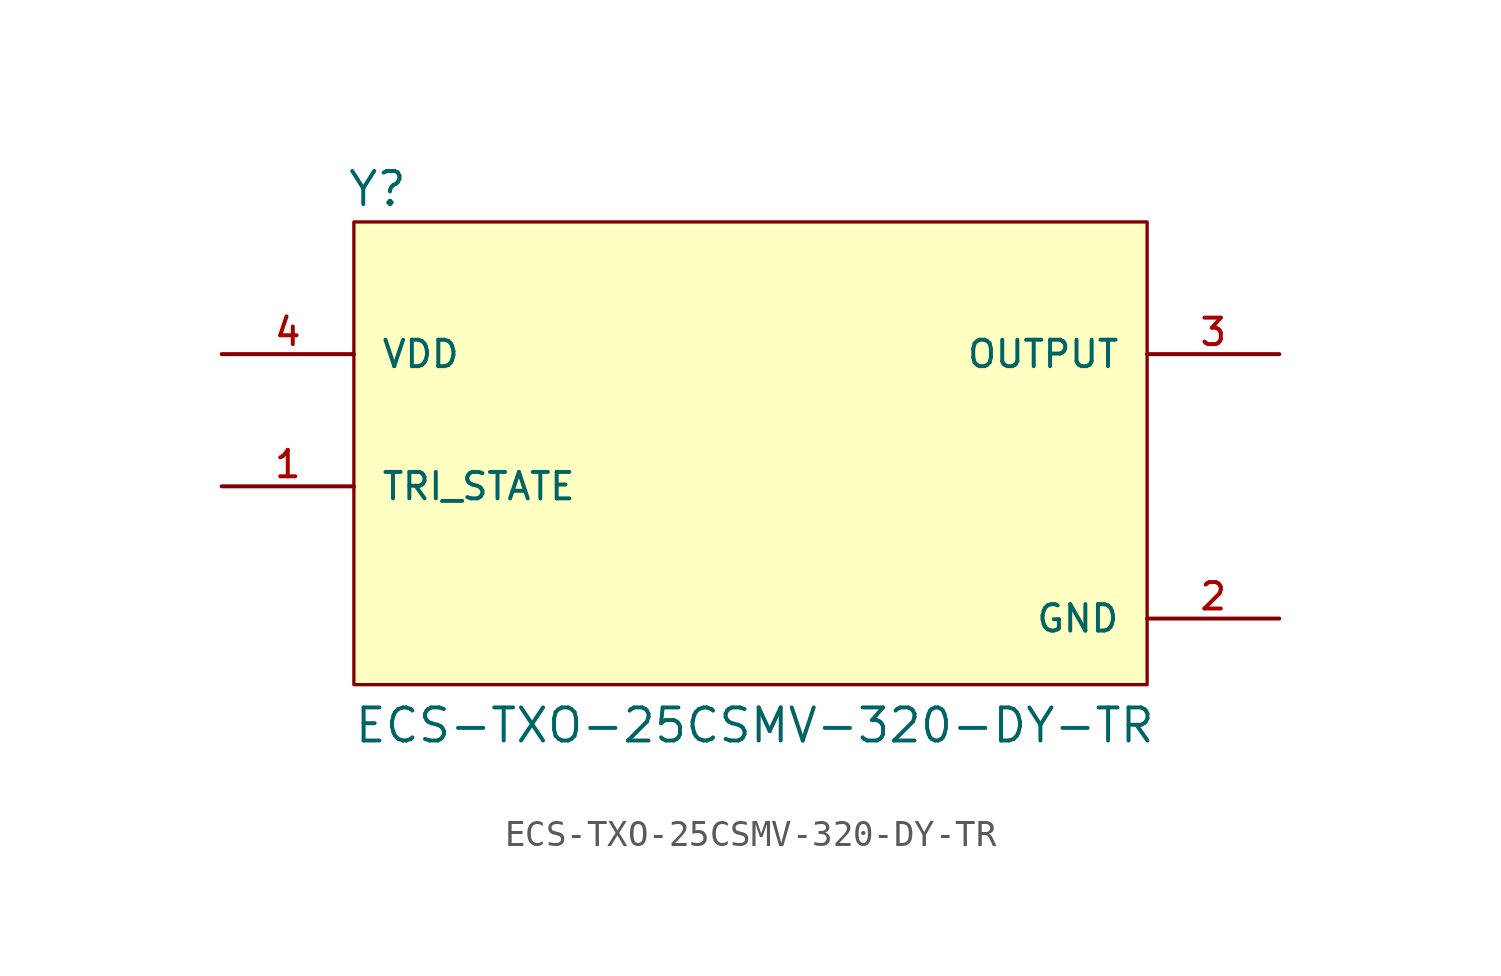
<source format=kicad_sym>
(kicad_symbol_lib
  (version 20211014)
  (generator kicad_symbol_editor)
  (symbol "ECS-TXO-25CSMV-320-DY-TR"
    (pin_names
      (offset 1.016))
    (property "Reference" "Y"
      (at -15.525 8.144 0)
      (effects (font (size 1.27 1.27)) (justify bottom left)))
    (property "Value" "ECS-TXO-25CSMV-320-DY-TR"
      (at -15.268 -12.469 0)
      (effects (font (size 1.27 1.27)) (justify bottom left)))
    (symbol "ECS-TXO-25CSMV-320-DY-TR_0_0"
      (rectangle (start -15.24 -10.16) (end 15.24 7.62) (stroke (width 0.127)) (fill (type background)))
      (pin input line (at -20.32 -2.54 0) (length 5.08) (name "TRI_STATE" (effects (font (size 1.016 1.016)))) (number "1" (effects (font (size 1.016 1.016)))))
      (pin output line (at 20.32 2.54 180.0) (length 5.08) (name "OUTPUT" (effects (font (size 1.016 1.016)))) (number "3" (effects (font (size 1.016 1.016)))))
      (pin input line (at -20.32 2.54 0) (length 5.08) (name "VDD" (effects (font (size 1.016 1.016)))) (number "4" (effects (font (size 1.016 1.016)))))
      (pin power_in line (at 20.32 -7.62 180.0) (length 5.08) (name "GND" (effects (font (size 1.016 1.016)))) (number "2" (effects (font (size 1.016 1.016))))))))
</source>
